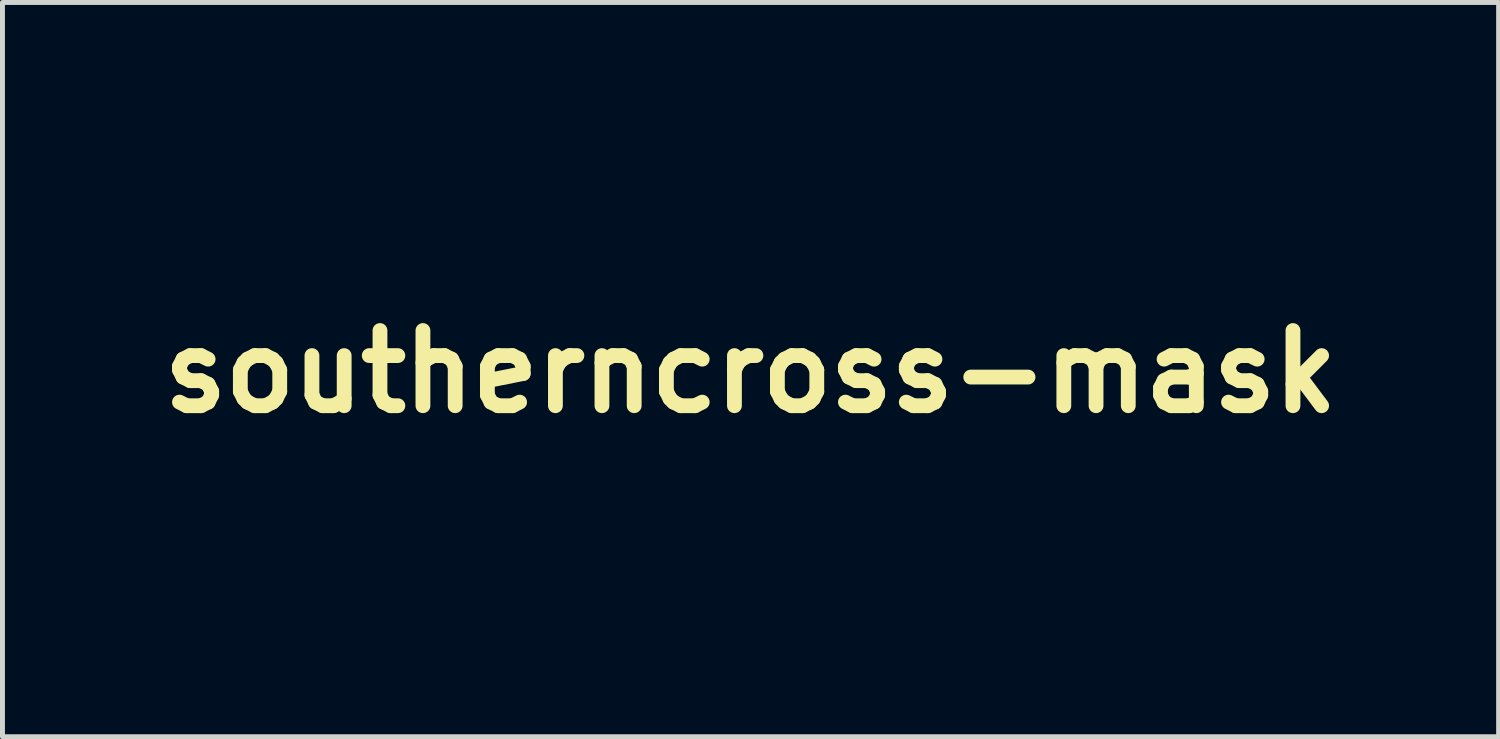
<source format=kicad_pcb>
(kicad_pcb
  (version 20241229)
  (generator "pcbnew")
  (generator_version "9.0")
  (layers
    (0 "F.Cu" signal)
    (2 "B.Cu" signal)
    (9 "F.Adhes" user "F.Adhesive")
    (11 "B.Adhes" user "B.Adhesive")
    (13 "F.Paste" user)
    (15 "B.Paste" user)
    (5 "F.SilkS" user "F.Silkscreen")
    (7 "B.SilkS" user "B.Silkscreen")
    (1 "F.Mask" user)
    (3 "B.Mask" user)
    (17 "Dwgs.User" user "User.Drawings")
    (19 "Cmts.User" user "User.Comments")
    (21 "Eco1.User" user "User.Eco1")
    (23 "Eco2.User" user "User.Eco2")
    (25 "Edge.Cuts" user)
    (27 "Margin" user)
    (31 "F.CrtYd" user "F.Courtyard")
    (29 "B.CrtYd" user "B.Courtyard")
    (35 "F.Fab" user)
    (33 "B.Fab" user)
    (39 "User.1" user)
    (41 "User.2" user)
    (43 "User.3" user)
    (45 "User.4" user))
  (footprint "southerncross-mask"
    (layer "F.Cu")
    (at 12.163 4.484)
    (property "Reference" "southerncross-mask" (at 0 0 0) (layer "F.SilkS") (effects (font (size 1.524 1.524) (thickness 0.3))))
    (attr through_hole)
    (fp_poly (pts (xy 2.595 -2.329) (xy 2.604 -2.309) (xy 2.614 -2.281) (xy 2.618 -2.267) (xy 2.627 -2.239) (xy 2.64 -2.199) (xy 2.656 -2.148) (xy 2.675 -2.091) (xy 2.694 -2.03) (xy 2.709 -1.983) (xy 2.778 -1.77) (xy 3.075 -1.768) (xy 3.371 -1.765) (xy 3.148 -1.603) (xy 3.094 -1.563) (xy 3.043 -1.526) (xy 2.998 -1.493) (xy 2.96 -1.466) (xy 2.932 -1.445) (xy 2.914 -1.432) (xy 2.91 -1.429) (xy 2.906 -1.425) (xy 2.903 -1.419) (xy 2.903 -1.41) (xy 2.905 -1.396) (xy 2.91 -1.375) (xy 2.918 -1.346) (xy 2.93 -1.307) (xy 2.946 -1.256) (xy 2.967 -1.192) (xy 2.984 -1.139) (xy 3.005 -1.074) (xy 3.024 -1.014) (xy 3.04 -0.961) (xy 3.054 -0.917) (xy 3.063 -0.884) (xy 3.069 -0.863) (xy 3.07 -0.857) (xy 3.062 -0.861) (xy 3.043 -0.874) (xy 3.013 -0.894) (xy 2.974 -0.921) (xy 2.928 -0.954) (xy 2.876 -0.991) (xy 2.835 -1.021) (xy 2.779 -1.061) (xy 2.728 -1.097) (xy 2.682 -1.129) (xy 2.644 -1.156) (xy 2.615 -1.175) (xy 2.596 -1.186) (xy 2.591 -1.189) (xy 2.581 -1.184) (xy 2.56 -1.17) (xy 2.528 -1.149) (xy 2.487 -1.121) (xy 2.44 -1.087) (xy 2.387 -1.05) (xy 2.343 -1.018) (xy 2.288 -0.978) (xy 2.238 -0.942) (xy 2.193 -0.911) (xy 2.157 -0.885) (xy 2.129 -0.867) (xy 2.113 -0.856) (xy 2.108 -0.854) (xy 2.111 -0.864) (xy 2.118 -0.887) (xy 2.129 -0.923) (xy 2.144 -0.969) (xy 2.161 -1.024) (xy 2.181 -1.085) (xy 2.197 -1.136) (xy 2.218 -1.201) (xy 2.237 -1.261) (xy 2.254 -1.314) (xy 2.268 -1.357) (xy 2.278 -1.39) (xy 2.284 -1.41) (xy 2.286 -1.416) (xy 2.279 -1.421) (xy 2.261 -1.436) (xy 2.231 -1.458) (xy 2.193 -1.487) (xy 2.147 -1.52) (xy 2.095 -1.558) (xy 2.048 -1.593) (xy 1.81 -1.765) (xy 2.107 -1.768) (xy 2.403 -1.77) (xy 2.479 -2.005) (xy 2.5 -2.067) (xy 2.519 -2.127) (xy 2.536 -2.182) (xy 2.551 -2.228) (xy 2.563 -2.264) (xy 2.57 -2.286) (xy 2.57 -2.288) (xy 2.579 -2.314) (xy 2.587 -2.331) (xy 2.591 -2.337) (xy 2.595 -2.329)) (stroke (width 0.01) (type solid)) (fill yes) (layer "F.Mask"))
    (fp_poly (pts (xy -2.485 -1.712) (xy -2.476 -1.688) (xy -2.464 -1.652) (xy -2.448 -1.605) (xy -2.43 -1.549) (xy -2.409 -1.486) (xy -2.387 -1.418) (xy -2.383 -1.403) (xy -2.282 -1.092) (xy -1.605 -1.088) (xy -1.863 -0.9) (xy -1.921 -0.857) (xy -1.976 -0.818) (xy -2.026 -0.782) (xy -2.068 -0.751) (xy -2.101 -0.727) (xy -2.124 -0.71) (xy -2.135 -0.701) (xy -2.136 -0.701) (xy -2.139 -0.698) (xy -2.141 -0.692) (xy -2.141 -0.682) (xy -2.139 -0.667) (xy -2.133 -0.645) (xy -2.125 -0.615) (xy -2.113 -0.575) (xy -2.097 -0.524) (xy -2.076 -0.46) (xy -2.051 -0.381) (xy -2.048 -0.374) (xy -2.026 -0.304) (xy -2.005 -0.24) (xy -1.987 -0.182) (xy -1.972 -0.133) (xy -1.96 -0.094) (xy -1.952 -0.068) (xy -1.949 -0.055) (xy -1.949 -0.054) (xy -1.957 -0.059) (xy -1.976 -0.072) (xy -2.006 -0.093) (xy -2.046 -0.12) (xy -2.093 -0.154) (xy -2.146 -0.192) (xy -2.204 -0.235) (xy -2.221 -0.246) (xy -2.294 -0.3) (xy -2.358 -0.345) (xy -2.41 -0.381) (xy -2.451 -0.409) (xy -2.48 -0.427) (xy -2.496 -0.435) (xy -2.5 -0.435) (xy -2.509 -0.429) (xy -2.53 -0.414) (xy -2.562 -0.391) (xy -2.602 -0.362) (xy -2.651 -0.327) (xy -2.704 -0.288) (xy -2.763 -0.246) (xy -2.771 -0.24) (xy -2.829 -0.198) (xy -2.883 -0.159) (xy -2.931 -0.124) (xy -2.972 -0.095) (xy -3.003 -0.072) (xy -3.025 -0.057) (xy -3.034 -0.051) (xy -3.034 -0.051) (xy -3.033 -0.058) (xy -3.028 -0.079) (xy -3.019 -0.108) (xy -3.01 -0.138) (xy -3 -0.169) (xy -2.985 -0.214) (xy -2.968 -0.268) (xy -2.948 -0.329) (xy -2.927 -0.393) (xy -2.909 -0.451) (xy -2.89 -0.511) (xy -2.873 -0.565) (xy -2.859 -0.612) (xy -2.848 -0.65) (xy -2.841 -0.676) (xy -2.839 -0.688) (xy -2.839 -0.689) (xy -2.847 -0.696) (xy -2.866 -0.712) (xy -2.897 -0.736) (xy -2.937 -0.766) (xy -2.984 -0.801) (xy -3.038 -0.841) (xy -3.096 -0.883) (xy -3.111 -0.894) (xy -3.379 -1.088) (xy -3.039 -1.092) (xy -2.699 -1.096) (xy -2.597 -1.412) (xy -2.574 -1.481) (xy -2.553 -1.545) (xy -2.534 -1.601) (xy -2.517 -1.649) (xy -2.504 -1.686) (xy -2.494 -1.71) (xy -2.489 -1.721) (xy -2.489 -1.721) (xy -2.485 -1.712)) (stroke (width 0.01) (type solid)) (fill yes) (layer "F.Mask"))
    (fp_poly (pts (xy 0.249 2.531) (xy 0.257 2.553) (xy 0.269 2.588) (xy 0.285 2.635) (xy 0.303 2.691) (xy 0.324 2.755) (xy 0.347 2.825) (xy 0.364 2.877) (xy 0.479 3.23) (xy 0.852 3.234) (xy 1.225 3.239) (xy 0.926 3.454) (xy 0.863 3.5) (xy 0.805 3.542) (xy 0.753 3.581) (xy 0.708 3.615) (xy 0.671 3.642) (xy 0.645 3.663) (xy 0.63 3.676) (xy 0.627 3.679) (xy 0.629 3.688) (xy 0.637 3.712) (xy 0.648 3.749) (xy 0.663 3.797) (xy 0.681 3.854) (xy 0.702 3.919) (xy 0.725 3.99) (xy 0.74 4.038) (xy 0.764 4.112) (xy 0.786 4.18) (xy 0.806 4.242) (xy 0.823 4.295) (xy 0.836 4.338) (xy 0.846 4.369) (xy 0.852 4.387) (xy 0.853 4.391) (xy 0.846 4.386) (xy 0.826 4.373) (xy 0.796 4.351) (xy 0.757 4.323) (xy 0.709 4.288) (xy 0.654 4.249) (xy 0.595 4.206) (xy 0.55 4.173) (xy 0.487 4.128) (xy 0.429 4.085) (xy 0.375 4.047) (xy 0.329 4.015) (xy 0.291 3.988) (xy 0.263 3.97) (xy 0.246 3.959) (xy 0.241 3.957) (xy 0.233 3.962) (xy 0.213 3.976) (xy 0.183 3.998) (xy 0.145 4.026) (xy 0.099 4.058) (xy 0.049 4.095) (xy -0.005 4.134) (xy -0.061 4.174) (xy -0.116 4.214) (xy -0.17 4.253) (xy -0.22 4.289) (xy -0.265 4.322) (xy -0.303 4.35) (xy -0.332 4.371) (xy -0.35 4.385) (xy -0.355 4.389) (xy -0.364 4.394) (xy -0.362 4.386) (xy -0.362 4.385) (xy -0.357 4.369) (xy -0.347 4.34) (xy -0.334 4.299) (xy -0.318 4.25) (xy -0.299 4.193) (xy -0.279 4.132) (xy -0.259 4.067) (xy -0.237 4.001) (xy -0.217 3.937) (xy -0.197 3.875) (xy -0.179 3.818) (xy -0.163 3.768) (xy -0.151 3.728) (xy -0.142 3.698) (xy -0.137 3.681) (xy -0.136 3.678) (xy -0.143 3.672) (xy -0.162 3.657) (xy -0.192 3.633) (xy -0.231 3.604) (xy -0.279 3.568) (xy -0.334 3.528) (xy -0.394 3.484) (xy -0.435 3.454) (xy -0.734 3.239) (xy -0.361 3.234) (xy 0.013 3.23) (xy 0.127 2.877) (xy 0.151 2.803) (xy 0.173 2.734) (xy 0.194 2.673) (xy 0.211 2.619) (xy 0.226 2.576) (xy 0.237 2.545) (xy 0.244 2.527) (xy 0.246 2.523) (xy 0.249 2.531)) (stroke (width 0.01) (type solid)) (fill yes) (layer "F.Mask"))
    (fp_poly (pts (xy 0.249 -4.471) (xy 0.257 -4.449) (xy 0.269 -4.414) (xy 0.284 -4.368) (xy 0.303 -4.313) (xy 0.323 -4.25) (xy 0.346 -4.182) (xy 0.352 -4.163) (xy 0.454 -3.848) (xy 0.792 -3.844) (xy 1.13 -3.84) (xy 0.927 -3.692) (xy 0.849 -3.636) (xy 0.785 -3.589) (xy 0.731 -3.55) (xy 0.688 -3.518) (xy 0.654 -3.493) (xy 0.629 -3.474) (xy 0.611 -3.46) (xy 0.599 -3.449) (xy 0.591 -3.442) (xy 0.588 -3.437) (xy 0.587 -3.434) (xy 0.588 -3.433) (xy 0.594 -3.414) (xy 0.605 -3.383) (xy 0.619 -3.341) (xy 0.635 -3.291) (xy 0.653 -3.236) (xy 0.672 -3.176) (xy 0.692 -3.114) (xy 0.711 -3.053) (xy 0.73 -2.994) (xy 0.747 -2.94) (xy 0.762 -2.893) (xy 0.774 -2.855) (xy 0.782 -2.827) (xy 0.786 -2.813) (xy 0.786 -2.812) (xy 0.779 -2.815) (xy 0.759 -2.827) (xy 0.729 -2.847) (xy 0.69 -2.875) (xy 0.643 -2.908) (xy 0.59 -2.946) (xy 0.532 -2.987) (xy 0.517 -2.998) (xy 0.458 -3.041) (xy 0.403 -3.081) (xy 0.354 -3.116) (xy 0.312 -3.146) (xy 0.279 -3.169) (xy 0.256 -3.185) (xy 0.245 -3.192) (xy 0.245 -3.192) (xy 0.237 -3.187) (xy 0.217 -3.173) (xy 0.186 -3.152) (xy 0.146 -3.123) (xy 0.098 -3.089) (xy 0.045 -3.051) (xy -0.014 -3.008) (xy -0.029 -2.997) (xy -0.088 -2.954) (xy -0.143 -2.915) (xy -0.192 -2.879) (xy -0.234 -2.849) (xy -0.266 -2.826) (xy -0.289 -2.81) (xy -0.3 -2.803) (xy -0.3 -2.802) (xy -0.299 -2.81) (xy -0.294 -2.83) (xy -0.285 -2.859) (xy -0.279 -2.877) (xy -0.262 -2.929) (xy -0.243 -2.987) (xy -0.223 -3.049) (xy -0.202 -3.112) (xy -0.181 -3.176) (xy -0.162 -3.237) (xy -0.144 -3.293) (xy -0.128 -3.342) (xy -0.115 -3.383) (xy -0.106 -3.412) (xy -0.101 -3.428) (xy -0.1 -3.431) (xy -0.104 -3.438) (xy -0.117 -3.451) (xy -0.139 -3.47) (xy -0.173 -3.497) (xy -0.218 -3.531) (xy -0.275 -3.574) (xy -0.345 -3.625) (xy -0.368 -3.642) (xy -0.639 -3.84) (xy -0.301 -3.844) (xy 0.037 -3.848) (xy 0.107 -4.064) (xy 0.128 -4.128) (xy 0.149 -4.193) (xy 0.169 -4.255) (xy 0.187 -4.31) (xy 0.201 -4.355) (xy 0.209 -4.379) (xy 0.221 -4.417) (xy 0.232 -4.449) (xy 0.24 -4.47) (xy 0.245 -4.479) (xy 0.245 -4.479) (xy 0.249 -4.471)) (stroke (width 0.01) (type solid)) (fill yes) (layer "F.Mask")))
  (gr_rect
    (start -3 -3)
    (end 27.326 11.883)
    (stroke (width 0.1) (type default))
    (fill no)
    (layer "Edge.Cuts")))
</source>
